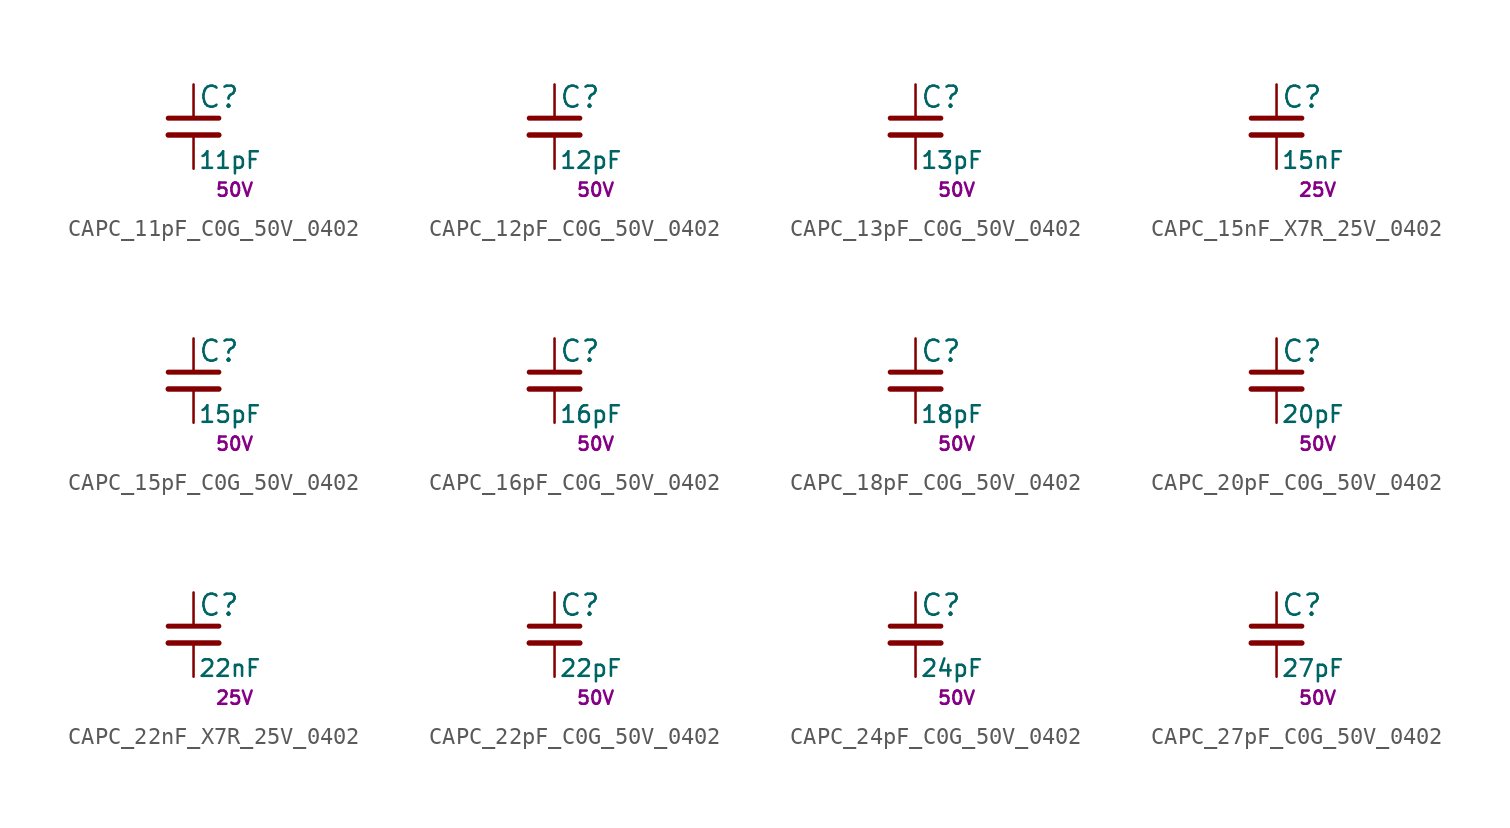
<source format=kicad_sym>
(kicad_symbol_lib
  (version 20211014)
  (generator kicad_LibGenerator)
  (symbol "CAPC_11pF_C0G_50V_0402"
    (pin_numbers hide)
    (pin_names
      (offset 0.254) hide)
    (property "Reference" "C"
      (at 0.254 1.778 0)
      (effects (font (size 1.27 1.27)) (justify left)))
    (property "Value" "11pF"
      (at 0.254 -2.032 0)
      (effects (font (size 1 1)) (justify left)))
    (property "Voltage" "50V"
      (at 1.27 -3.81 0)
      (effects (font (size 0.8 0.8)) (justify left)))
    (symbol "CAPC_11pF_C0G_50V_0402_0_1"
      (polyline (pts (xy -1.524 -0.508) (xy 1.524 -0.508)) (stroke (width 0.33) (type default) (color 0 0 0 0)) (fill (type none)))
      (polyline (pts (xy -1.524 0.508) (xy 1.524 0.508)) (stroke (width 0.305) (type default) (color 0 0 0 0)) (fill (type none))))
    (symbol "CAPC_11pF_C0G_50V_0402_1_1"
      (pin passive line (at 0 2.54 270) (length 2.032) (name "~" (effects (font (size 1.27 1.27)))) (number "1" (effects (font (size 1.27 1.27)))))
      (pin passive line (at 0 -2.54 90) (length 2.032) (name "~" (effects (font (size 1.27 1.27)))) (number "2" (effects (font (size 1.27 1.27)))))))
  (symbol "CAPC_12pF_C0G_50V_0402"
    (pin_numbers hide)
    (pin_names
      (offset 0.254) hide)
    (property "Reference" "C"
      (at 0.254 1.778 0)
      (effects (font (size 1.27 1.27)) (justify left)))
    (property "Value" "12pF"
      (at 0.254 -2.032 0)
      (effects (font (size 1 1)) (justify left)))
    (property "Voltage" "50V"
      (at 1.27 -3.81 0)
      (effects (font (size 0.8 0.8)) (justify left)))
    (symbol "CAPC_12pF_C0G_50V_0402_0_1"
      (polyline (pts (xy -1.524 -0.508) (xy 1.524 -0.508)) (stroke (width 0.33) (type default) (color 0 0 0 0)) (fill (type none)))
      (polyline (pts (xy -1.524 0.508) (xy 1.524 0.508)) (stroke (width 0.305) (type default) (color 0 0 0 0)) (fill (type none))))
    (symbol "CAPC_12pF_C0G_50V_0402_1_1"
      (pin passive line (at 0 2.54 270) (length 2.032) (name "~" (effects (font (size 1.27 1.27)))) (number "1" (effects (font (size 1.27 1.27)))))
      (pin passive line (at 0 -2.54 90) (length 2.032) (name "~" (effects (font (size 1.27 1.27)))) (number "2" (effects (font (size 1.27 1.27)))))))
  (symbol "CAPC_13pF_C0G_50V_0402"
    (pin_numbers hide)
    (pin_names
      (offset 0.254) hide)
    (property "Reference" "C"
      (at 0.254 1.778 0)
      (effects (font (size 1.27 1.27)) (justify left)))
    (property "Value" "13pF"
      (at 0.254 -2.032 0)
      (effects (font (size 1 1)) (justify left)))
    (property "Voltage" "50V"
      (at 1.27 -3.81 0)
      (effects (font (size 0.8 0.8)) (justify left)))
    (symbol "CAPC_13pF_C0G_50V_0402_0_1"
      (polyline (pts (xy -1.524 -0.508) (xy 1.524 -0.508)) (stroke (width 0.33) (type default) (color 0 0 0 0)) (fill (type none)))
      (polyline (pts (xy -1.524 0.508) (xy 1.524 0.508)) (stroke (width 0.305) (type default) (color 0 0 0 0)) (fill (type none))))
    (symbol "CAPC_13pF_C0G_50V_0402_1_1"
      (pin passive line (at 0 2.54 270) (length 2.032) (name "~" (effects (font (size 1.27 1.27)))) (number "1" (effects (font (size 1.27 1.27)))))
      (pin passive line (at 0 -2.54 90) (length 2.032) (name "~" (effects (font (size 1.27 1.27)))) (number "2" (effects (font (size 1.27 1.27)))))))
  (symbol "CAPC_15nF_X7R_25V_0402"
    (pin_numbers hide)
    (pin_names
      (offset 0.254) hide)
    (property "Reference" "C"
      (at 0.254 1.778 0)
      (effects (font (size 1.27 1.27)) (justify left)))
    (property "Value" "15nF"
      (at 0.254 -2.032 0)
      (effects (font (size 1 1)) (justify left)))
    (property "Voltage" "25V"
      (at 1.27 -3.81 0)
      (effects (font (size 0.8 0.8)) (justify left)))
    (symbol "CAPC_15nF_X7R_25V_0402_0_1"
      (polyline (pts (xy -1.524 -0.508) (xy 1.524 -0.508)) (stroke (width 0.33) (type default) (color 0 0 0 0)) (fill (type none)))
      (polyline (pts (xy -1.524 0.508) (xy 1.524 0.508)) (stroke (width 0.305) (type default) (color 0 0 0 0)) (fill (type none))))
    (symbol "CAPC_15nF_X7R_25V_0402_1_1"
      (pin passive line (at 0 2.54 270) (length 2.032) (name "~" (effects (font (size 1.27 1.27)))) (number "1" (effects (font (size 1.27 1.27)))))
      (pin passive line (at 0 -2.54 90) (length 2.032) (name "~" (effects (font (size 1.27 1.27)))) (number "2" (effects (font (size 1.27 1.27)))))))
  (symbol "CAPC_15pF_C0G_50V_0402"
    (pin_numbers hide)
    (pin_names
      (offset 0.254) hide)
    (property "Reference" "C"
      (at 0.254 1.778 0)
      (effects (font (size 1.27 1.27)) (justify left)))
    (property "Value" "15pF"
      (at 0.254 -2.032 0)
      (effects (font (size 1 1)) (justify left)))
    (property "Voltage" "50V"
      (at 1.27 -3.81 0)
      (effects (font (size 0.8 0.8)) (justify left)))
    (symbol "CAPC_15pF_C0G_50V_0402_0_1"
      (polyline (pts (xy -1.524 -0.508) (xy 1.524 -0.508)) (stroke (width 0.33) (type default) (color 0 0 0 0)) (fill (type none)))
      (polyline (pts (xy -1.524 0.508) (xy 1.524 0.508)) (stroke (width 0.305) (type default) (color 0 0 0 0)) (fill (type none))))
    (symbol "CAPC_15pF_C0G_50V_0402_1_1"
      (pin passive line (at 0 2.54 270) (length 2.032) (name "~" (effects (font (size 1.27 1.27)))) (number "1" (effects (font (size 1.27 1.27)))))
      (pin passive line (at 0 -2.54 90) (length 2.032) (name "~" (effects (font (size 1.27 1.27)))) (number "2" (effects (font (size 1.27 1.27)))))))
  (symbol "CAPC_16pF_C0G_50V_0402"
    (pin_numbers hide)
    (pin_names
      (offset 0.254) hide)
    (property "Reference" "C"
      (at 0.254 1.778 0)
      (effects (font (size 1.27 1.27)) (justify left)))
    (property "Value" "16pF"
      (at 0.254 -2.032 0)
      (effects (font (size 1 1)) (justify left)))
    (property "Voltage" "50V"
      (at 1.27 -3.81 0)
      (effects (font (size 0.8 0.8)) (justify left)))
    (symbol "CAPC_16pF_C0G_50V_0402_0_1"
      (polyline (pts (xy -1.524 -0.508) (xy 1.524 -0.508)) (stroke (width 0.33) (type default) (color 0 0 0 0)) (fill (type none)))
      (polyline (pts (xy -1.524 0.508) (xy 1.524 0.508)) (stroke (width 0.305) (type default) (color 0 0 0 0)) (fill (type none))))
    (symbol "CAPC_16pF_C0G_50V_0402_1_1"
      (pin passive line (at 0 2.54 270) (length 2.032) (name "~" (effects (font (size 1.27 1.27)))) (number "1" (effects (font (size 1.27 1.27)))))
      (pin passive line (at 0 -2.54 90) (length 2.032) (name "~" (effects (font (size 1.27 1.27)))) (number "2" (effects (font (size 1.27 1.27)))))))
  (symbol "CAPC_18pF_C0G_50V_0402"
    (pin_numbers hide)
    (pin_names
      (offset 0.254) hide)
    (property "Reference" "C"
      (at 0.254 1.778 0)
      (effects (font (size 1.27 1.27)) (justify left)))
    (property "Value" "18pF"
      (at 0.254 -2.032 0)
      (effects (font (size 1 1)) (justify left)))
    (property "Voltage" "50V"
      (at 1.27 -3.81 0)
      (effects (font (size 0.8 0.8)) (justify left)))
    (symbol "CAPC_18pF_C0G_50V_0402_0_1"
      (polyline (pts (xy -1.524 -0.508) (xy 1.524 -0.508)) (stroke (width 0.33) (type default) (color 0 0 0 0)) (fill (type none)))
      (polyline (pts (xy -1.524 0.508) (xy 1.524 0.508)) (stroke (width 0.305) (type default) (color 0 0 0 0)) (fill (type none))))
    (symbol "CAPC_18pF_C0G_50V_0402_1_1"
      (pin passive line (at 0 2.54 270) (length 2.032) (name "~" (effects (font (size 1.27 1.27)))) (number "1" (effects (font (size 1.27 1.27)))))
      (pin passive line (at 0 -2.54 90) (length 2.032) (name "~" (effects (font (size 1.27 1.27)))) (number "2" (effects (font (size 1.27 1.27)))))))
  (symbol "CAPC_20pF_C0G_50V_0402"
    (pin_numbers hide)
    (pin_names
      (offset 0.254) hide)
    (property "Reference" "C"
      (at 0.254 1.778 0)
      (effects (font (size 1.27 1.27)) (justify left)))
    (property "Value" "20pF"
      (at 0.254 -2.032 0)
      (effects (font (size 1 1)) (justify left)))
    (property "Voltage" "50V"
      (at 1.27 -3.81 0)
      (effects (font (size 0.8 0.8)) (justify left)))
    (symbol "CAPC_20pF_C0G_50V_0402_0_1"
      (polyline (pts (xy -1.524 -0.508) (xy 1.524 -0.508)) (stroke (width 0.33) (type default) (color 0 0 0 0)) (fill (type none)))
      (polyline (pts (xy -1.524 0.508) (xy 1.524 0.508)) (stroke (width 0.305) (type default) (color 0 0 0 0)) (fill (type none))))
    (symbol "CAPC_20pF_C0G_50V_0402_1_1"
      (pin passive line (at 0 2.54 270) (length 2.032) (name "~" (effects (font (size 1.27 1.27)))) (number "1" (effects (font (size 1.27 1.27)))))
      (pin passive line (at 0 -2.54 90) (length 2.032) (name "~" (effects (font (size 1.27 1.27)))) (number "2" (effects (font (size 1.27 1.27)))))))
  (symbol "CAPC_22nF_X7R_25V_0402"
    (pin_numbers hide)
    (pin_names
      (offset 0.254) hide)
    (property "Reference" "C"
      (at 0.254 1.778 0)
      (effects (font (size 1.27 1.27)) (justify left)))
    (property "Value" "22nF"
      (at 0.254 -2.032 0)
      (effects (font (size 1 1)) (justify left)))
    (property "Voltage" "25V"
      (at 1.27 -3.81 0)
      (effects (font (size 0.8 0.8)) (justify left)))
    (symbol "CAPC_22nF_X7R_25V_0402_0_1"
      (polyline (pts (xy -1.524 -0.508) (xy 1.524 -0.508)) (stroke (width 0.33) (type default) (color 0 0 0 0)) (fill (type none)))
      (polyline (pts (xy -1.524 0.508) (xy 1.524 0.508)) (stroke (width 0.305) (type default) (color 0 0 0 0)) (fill (type none))))
    (symbol "CAPC_22nF_X7R_25V_0402_1_1"
      (pin passive line (at 0 2.54 270) (length 2.032) (name "~" (effects (font (size 1.27 1.27)))) (number "1" (effects (font (size 1.27 1.27)))))
      (pin passive line (at 0 -2.54 90) (length 2.032) (name "~" (effects (font (size 1.27 1.27)))) (number "2" (effects (font (size 1.27 1.27)))))))
  (symbol "CAPC_22pF_C0G_50V_0402"
    (pin_numbers hide)
    (pin_names
      (offset 0.254) hide)
    (property "Reference" "C"
      (at 0.254 1.778 0)
      (effects (font (size 1.27 1.27)) (justify left)))
    (property "Value" "22pF"
      (at 0.254 -2.032 0)
      (effects (font (size 1 1)) (justify left)))
    (property "Voltage" "50V"
      (at 1.27 -3.81 0)
      (effects (font (size 0.8 0.8)) (justify left)))
    (symbol "CAPC_22pF_C0G_50V_0402_0_1"
      (polyline (pts (xy -1.524 -0.508) (xy 1.524 -0.508)) (stroke (width 0.33) (type default) (color 0 0 0 0)) (fill (type none)))
      (polyline (pts (xy -1.524 0.508) (xy 1.524 0.508)) (stroke (width 0.305) (type default) (color 0 0 0 0)) (fill (type none))))
    (symbol "CAPC_22pF_C0G_50V_0402_1_1"
      (pin passive line (at 0 2.54 270) (length 2.032) (name "~" (effects (font (size 1.27 1.27)))) (number "1" (effects (font (size 1.27 1.27)))))
      (pin passive line (at 0 -2.54 90) (length 2.032) (name "~" (effects (font (size 1.27 1.27)))) (number "2" (effects (font (size 1.27 1.27)))))))
  (symbol "CAPC_24pF_C0G_50V_0402"
    (pin_numbers hide)
    (pin_names
      (offset 0.254) hide)
    (property "Reference" "C"
      (at 0.254 1.778 0)
      (effects (font (size 1.27 1.27)) (justify left)))
    (property "Value" "24pF"
      (at 0.254 -2.032 0)
      (effects (font (size 1 1)) (justify left)))
    (property "Voltage" "50V"
      (at 1.27 -3.81 0)
      (effects (font (size 0.8 0.8)) (justify left)))
    (symbol "CAPC_24pF_C0G_50V_0402_0_1"
      (polyline (pts (xy -1.524 -0.508) (xy 1.524 -0.508)) (stroke (width 0.33) (type default) (color 0 0 0 0)) (fill (type none)))
      (polyline (pts (xy -1.524 0.508) (xy 1.524 0.508)) (stroke (width 0.305) (type default) (color 0 0 0 0)) (fill (type none))))
    (symbol "CAPC_24pF_C0G_50V_0402_1_1"
      (pin passive line (at 0 2.54 270) (length 2.032) (name "~" (effects (font (size 1.27 1.27)))) (number "1" (effects (font (size 1.27 1.27)))))
      (pin passive line (at 0 -2.54 90) (length 2.032) (name "~" (effects (font (size 1.27 1.27)))) (number "2" (effects (font (size 1.27 1.27)))))))
  (symbol "CAPC_27pF_C0G_50V_0402"
    (pin_numbers hide)
    (pin_names
      (offset 0.254) hide)
    (property "Reference" "C"
      (at 0.254 1.778 0)
      (effects (font (size 1.27 1.27)) (justify left)))
    (property "Value" "27pF"
      (at 0.254 -2.032 0)
      (effects (font (size 1 1)) (justify left)))
    (property "Voltage" "50V"
      (at 1.27 -3.81 0)
      (effects (font (size 0.8 0.8)) (justify left)))
    (symbol "CAPC_27pF_C0G_50V_0402_0_1"
      (polyline (pts (xy -1.524 -0.508) (xy 1.524 -0.508)) (stroke (width 0.33) (type default) (color 0 0 0 0)) (fill (type none)))
      (polyline (pts (xy -1.524 0.508) (xy 1.524 0.508)) (stroke (width 0.305) (type default) (color 0 0 0 0)) (fill (type none))))
    (symbol "CAPC_27pF_C0G_50V_0402_1_1"
      (pin passive line (at 0 2.54 270) (length 2.032) (name "~" (effects (font (size 1.27 1.27)))) (number "1" (effects (font (size 1.27 1.27)))))
      (pin passive line (at 0 -2.54 90) (length 2.032) (name "~" (effects (font (size 1.27 1.27)))) (number "2" (effects (font (size 1.27 1.27))))))))
</source>
